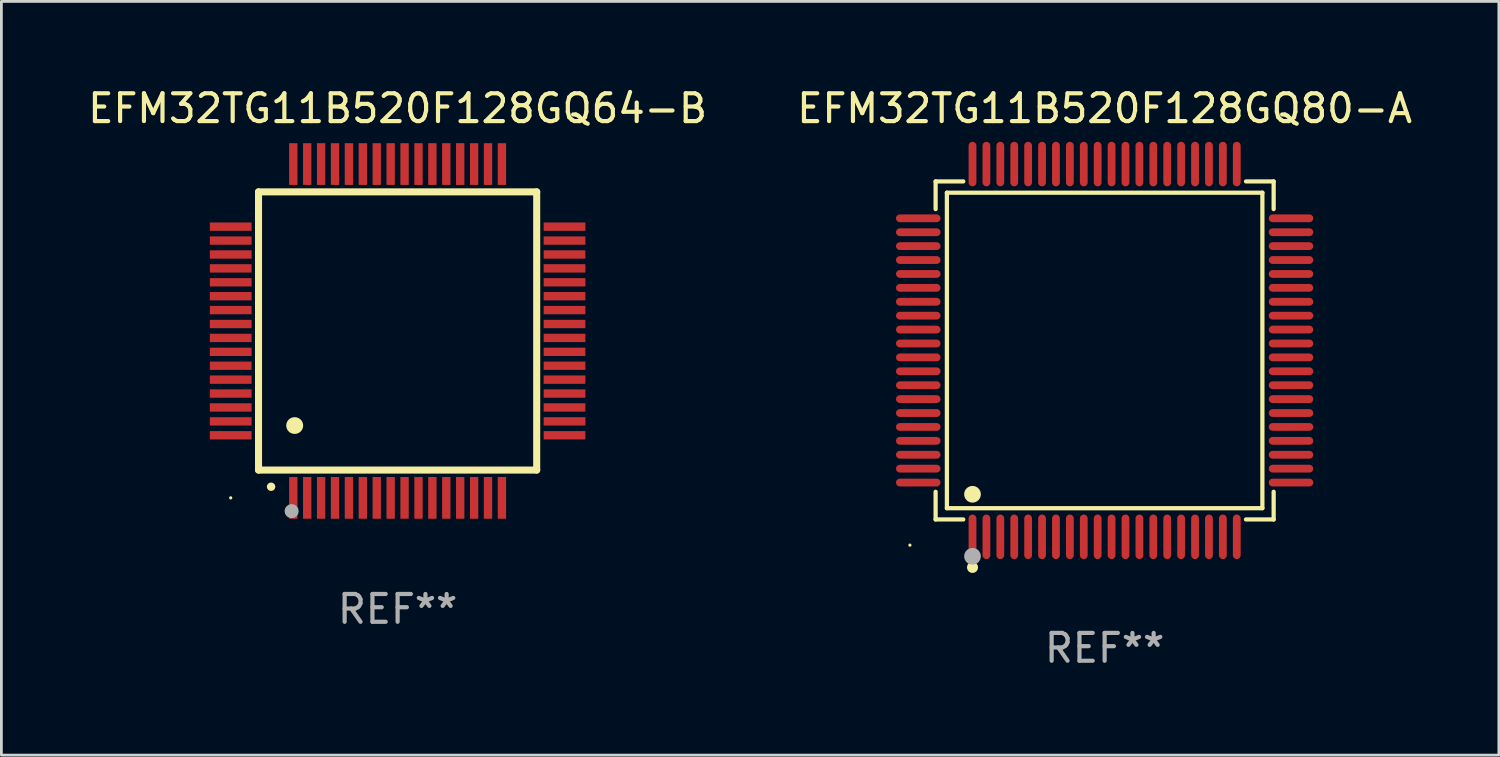
<source format=kicad_pcb>
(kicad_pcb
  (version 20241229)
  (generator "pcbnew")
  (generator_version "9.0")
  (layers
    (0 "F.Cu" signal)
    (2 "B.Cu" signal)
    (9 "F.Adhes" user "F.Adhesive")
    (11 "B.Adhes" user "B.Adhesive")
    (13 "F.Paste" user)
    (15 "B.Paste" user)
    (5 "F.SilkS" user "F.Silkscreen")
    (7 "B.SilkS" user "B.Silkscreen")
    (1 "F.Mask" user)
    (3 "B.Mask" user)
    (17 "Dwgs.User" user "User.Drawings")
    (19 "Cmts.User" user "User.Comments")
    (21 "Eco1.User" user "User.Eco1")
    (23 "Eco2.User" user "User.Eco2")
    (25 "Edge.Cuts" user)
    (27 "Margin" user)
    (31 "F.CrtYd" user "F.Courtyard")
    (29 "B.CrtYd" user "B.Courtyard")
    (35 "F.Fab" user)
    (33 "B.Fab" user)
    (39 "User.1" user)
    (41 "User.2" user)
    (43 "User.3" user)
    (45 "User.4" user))
  (footprint "EFM32TG11B520F128GQ80-A"
    (layer "F.Cu")
    (at 36.661 9.548)
    (property "Reference" "EFM32TG11B520F128GQ80-A" (at 0 -8.7 0) (layer "F.SilkS") (effects (font (size 1 1) (thickness 0.15))))
    (attr through_hole)
    (fp_line (start -6.076 -6.076) (end -5.081 -6.076) (stroke (width 0.152) (type solid)) (layer "F.SilkS"))
    (fp_line (start -6.076 -5.081) (end -6.076 -6.076) (stroke (width 0.152) (type solid)) (layer "F.SilkS"))
    (fp_line (start -6.076 5.081) (end -6.076 6.076) (stroke (width 0.152) (type solid)) (layer "F.SilkS"))
    (fp_line (start -6.076 6.076) (end -5.081 6.076) (stroke (width 0.152) (type solid)) (layer "F.SilkS"))
    (fp_line (start -5.671 -5.671) (end 5.671 -5.671) (stroke (width 0.152) (type solid)) (layer "F.SilkS"))
    (fp_line (start -5.671 5.671) (end -5.671 -5.671) (stroke (width 0.152) (type solid)) (layer "F.SilkS"))
    (fp_line (start 5.671 -5.671) (end 5.671 5.671) (stroke (width 0.152) (type solid)) (layer "F.SilkS"))
    (fp_line (start 5.671 5.671) (end -5.671 5.671) (stroke (width 0.152) (type solid)) (layer "F.SilkS"))
    (fp_line (start 6.076 -6.076) (end 5.081 -6.076) (stroke (width 0.152) (type solid)) (layer "F.SilkS"))
    (fp_line (start 6.076 -5.081) (end 6.076 -6.076) (stroke (width 0.152) (type solid)) (layer "F.SilkS"))
    (fp_line (start 6.076 5.081) (end 6.076 6.076) (stroke (width 0.152) (type solid)) (layer "F.SilkS"))
    (fp_line (start 6.076 6.076) (end 5.081 6.076) (stroke (width 0.152) (type solid)) (layer "F.SilkS"))
    (fp_circle (center -7 7) (end -6.97 7) (stroke (width 0.06) (type solid)) (fill no) (layer "F.SilkS"))
    (fp_circle (center -4.75 5.171) (end -4.6 5.171) (stroke (width 0.3) (type solid)) (fill no) (layer "F.SilkS"))
    (fp_circle (center -4.75 7.8) (end -4.65 7.8) (stroke (width 0.2) (type solid)) (fill no) (layer "F.SilkS"))
    (fp_circle (center -4.75 7.4) (end -4.6 7.4) (stroke (width 0.3) (type solid)) (fill no) (layer "F.Fab"))
    (fp_text user "REF**" (at 0 10.7 0) (layer "F.Fab") (effects (font (size 1 1) (thickness 0.15))))
    (pad "1" smd oval (at -4.75 6.7) (size 0.28 1.6) (layers "F.Cu" "F.Mask" "F.Paste"))
    (pad "2" smd oval (at -4.25 6.7) (size 0.28 1.6) (layers "F.Cu" "F.Mask" "F.Paste"))
    (pad "3" smd oval (at -3.75 6.7) (size 0.28 1.6) (layers "F.Cu" "F.Mask" "F.Paste"))
    (pad "4" smd oval (at -3.25 6.7) (size 0.28 1.6) (layers "F.Cu" "F.Mask" "F.Paste"))
    (pad "5" smd oval (at -2.75 6.7) (size 0.28 1.6) (layers "F.Cu" "F.Mask" "F.Paste"))
    (pad "6" smd oval (at -2.25 6.7) (size 0.28 1.6) (layers "F.Cu" "F.Mask" "F.Paste"))
    (pad "7" smd oval (at -1.75 6.7) (size 0.28 1.6) (layers "F.Cu" "F.Mask" "F.Paste"))
    (pad "8" smd oval (at -1.25 6.7) (size 0.28 1.6) (layers "F.Cu" "F.Mask" "F.Paste"))
    (pad "9" smd oval (at -0.75 6.7) (size 0.28 1.6) (layers "F.Cu" "F.Mask" "F.Paste"))
    (pad "10" smd oval (at -0.25 6.7) (size 0.28 1.6) (layers "F.Cu" "F.Mask" "F.Paste"))
    (pad "11" smd oval (at 0.25 6.7) (size 0.28 1.6) (layers "F.Cu" "F.Mask" "F.Paste"))
    (pad "12" smd oval (at 0.75 6.7) (size 0.28 1.6) (layers "F.Cu" "F.Mask" "F.Paste"))
    (pad "13" smd oval (at 1.25 6.7) (size 0.28 1.6) (layers "F.Cu" "F.Mask" "F.Paste"))
    (pad "14" smd oval (at 1.75 6.7) (size 0.28 1.6) (layers "F.Cu" "F.Mask" "F.Paste"))
    (pad "15" smd oval (at 2.25 6.7) (size 0.28 1.6) (layers "F.Cu" "F.Mask" "F.Paste"))
    (pad "16" smd oval (at 2.75 6.7) (size 0.28 1.6) (layers "F.Cu" "F.Mask" "F.Paste"))
    (pad "17" smd oval (at 3.25 6.7) (size 0.28 1.6) (layers "F.Cu" "F.Mask" "F.Paste"))
    (pad "18" smd oval (at 3.75 6.7) (size 0.28 1.6) (layers "F.Cu" "F.Mask" "F.Paste"))
    (pad "19" smd oval (at 4.25 6.7) (size 0.28 1.6) (layers "F.Cu" "F.Mask" "F.Paste"))
    (pad "20" smd oval (at 4.75 6.7) (size 0.28 1.6) (layers "F.Cu" "F.Mask" "F.Paste"))
    (pad "21" smd oval (at 6.7 4.75) (size 1.6 0.28) (layers "F.Cu" "F.Mask" "F.Paste"))
    (pad "22" smd oval (at 6.7 4.25) (size 1.6 0.28) (layers "F.Cu" "F.Mask" "F.Paste"))
    (pad "23" smd oval (at 6.7 3.75) (size 1.6 0.28) (layers "F.Cu" "F.Mask" "F.Paste"))
    (pad "24" smd oval (at 6.7 3.25) (size 1.6 0.28) (layers "F.Cu" "F.Mask" "F.Paste"))
    (pad "25" smd oval (at 6.7 2.75) (size 1.6 0.28) (layers "F.Cu" "F.Mask" "F.Paste"))
    (pad "26" smd oval (at 6.7 2.25) (size 1.6 0.28) (layers "F.Cu" "F.Mask" "F.Paste"))
    (pad "27" smd oval (at 6.7 1.75) (size 1.6 0.28) (layers "F.Cu" "F.Mask" "F.Paste"))
    (pad "28" smd oval (at 6.7 1.25) (size 1.6 0.28) (layers "F.Cu" "F.Mask" "F.Paste"))
    (pad "29" smd oval (at 6.7 0.75) (size 1.6 0.28) (layers "F.Cu" "F.Mask" "F.Paste"))
    (pad "30" smd oval (at 6.7 0.25) (size 1.6 0.28) (layers "F.Cu" "F.Mask" "F.Paste"))
    (pad "31" smd oval (at 6.7 -0.25) (size 1.6 0.28) (layers "F.Cu" "F.Mask" "F.Paste"))
    (pad "32" smd oval (at 6.7 -0.75) (size 1.6 0.28) (layers "F.Cu" "F.Mask" "F.Paste"))
    (pad "33" smd oval (at 6.7 -1.25) (size 1.6 0.28) (layers "F.Cu" "F.Mask" "F.Paste"))
    (pad "34" smd oval (at 6.7 -1.75) (size 1.6 0.28) (layers "F.Cu" "F.Mask" "F.Paste"))
    (pad "35" smd oval (at 6.7 -2.25) (size 1.6 0.28) (layers "F.Cu" "F.Mask" "F.Paste"))
    (pad "36" smd oval (at 6.7 -2.75) (size 1.6 0.28) (layers "F.Cu" "F.Mask" "F.Paste"))
    (pad "37" smd oval (at 6.7 -3.25) (size 1.6 0.28) (layers "F.Cu" "F.Mask" "F.Paste"))
    (pad "38" smd oval (at 6.7 -3.75) (size 1.6 0.28) (layers "F.Cu" "F.Mask" "F.Paste"))
    (pad "39" smd oval (at 6.7 -4.25) (size 1.6 0.28) (layers "F.Cu" "F.Mask" "F.Paste"))
    (pad "40" smd oval (at 6.7 -4.75) (size 1.6 0.28) (layers "F.Cu" "F.Mask" "F.Paste"))
    (pad "41" smd oval (at 4.75 -6.7) (size 0.28 1.6) (layers "F.Cu" "F.Mask" "F.Paste"))
    (pad "42" smd oval (at 4.25 -6.7) (size 0.28 1.6) (layers "F.Cu" "F.Mask" "F.Paste"))
    (pad "43" smd oval (at 3.75 -6.7) (size 0.28 1.6) (layers "F.Cu" "F.Mask" "F.Paste"))
    (pad "44" smd oval (at 3.25 -6.7) (size 0.28 1.6) (layers "F.Cu" "F.Mask" "F.Paste"))
    (pad "45" smd oval (at 2.75 -6.7) (size 0.28 1.6) (layers "F.Cu" "F.Mask" "F.Paste"))
    (pad "46" smd oval (at 2.25 -6.7) (size 0.28 1.6) (layers "F.Cu" "F.Mask" "F.Paste"))
    (pad "47" smd oval (at 1.75 -6.7) (size 0.28 1.6) (layers "F.Cu" "F.Mask" "F.Paste"))
    (pad "48" smd oval (at 1.25 -6.7) (size 0.28 1.6) (layers "F.Cu" "F.Mask" "F.Paste"))
    (pad "49" smd oval (at 0.75 -6.7) (size 0.28 1.6) (layers "F.Cu" "F.Mask" "F.Paste"))
    (pad "50" smd oval (at 0.25 -6.7) (size 0.28 1.6) (layers "F.Cu" "F.Mask" "F.Paste"))
    (pad "51" smd oval (at -0.25 -6.7) (size 0.28 1.6) (layers "F.Cu" "F.Mask" "F.Paste"))
    (pad "52" smd oval (at -0.75 -6.7) (size 0.28 1.6) (layers "F.Cu" "F.Mask" "F.Paste"))
    (pad "53" smd oval (at -1.25 -6.7) (size 0.28 1.6) (layers "F.Cu" "F.Mask" "F.Paste"))
    (pad "54" smd oval (at -1.75 -6.7) (size 0.28 1.6) (layers "F.Cu" "F.Mask" "F.Paste"))
    (pad "55" smd oval (at -2.25 -6.7) (size 0.28 1.6) (layers "F.Cu" "F.Mask" "F.Paste"))
    (pad "56" smd oval (at -2.75 -6.7) (size 0.28 1.6) (layers "F.Cu" "F.Mask" "F.Paste"))
    (pad "57" smd oval (at -3.25 -6.7) (size 0.28 1.6) (layers "F.Cu" "F.Mask" "F.Paste"))
    (pad "58" smd oval (at -3.75 -6.7) (size 0.28 1.6) (layers "F.Cu" "F.Mask" "F.Paste"))
    (pad "59" smd oval (at -4.25 -6.7) (size 0.28 1.6) (layers "F.Cu" "F.Mask" "F.Paste"))
    (pad "60" smd oval (at -4.75 -6.7) (size 0.28 1.6) (layers "F.Cu" "F.Mask" "F.Paste"))
    (pad "61" smd oval (at -6.7 -4.75) (size 1.6 0.28) (layers "F.Cu" "F.Mask" "F.Paste"))
    (pad "62" smd oval (at -6.7 -4.25) (size 1.6 0.28) (layers "F.Cu" "F.Mask" "F.Paste"))
    (pad "63" smd oval (at -6.7 -3.75) (size 1.6 0.28) (layers "F.Cu" "F.Mask" "F.Paste"))
    (pad "64" smd oval (at -6.7 -3.25) (size 1.6 0.28) (layers "F.Cu" "F.Mask" "F.Paste"))
    (pad "65" smd oval (at -6.7 -2.75) (size 1.6 0.28) (layers "F.Cu" "F.Mask" "F.Paste"))
    (pad "66" smd oval (at -6.7 -2.25) (size 1.6 0.28) (layers "F.Cu" "F.Mask" "F.Paste"))
    (pad "67" smd oval (at -6.7 -1.75) (size 1.6 0.28) (layers "F.Cu" "F.Mask" "F.Paste"))
    (pad "68" smd oval (at -6.7 -1.25) (size 1.6 0.28) (layers "F.Cu" "F.Mask" "F.Paste"))
    (pad "69" smd oval (at -6.7 -0.75) (size 1.6 0.28) (layers "F.Cu" "F.Mask" "F.Paste"))
    (pad "70" smd oval (at -6.7 -0.25) (size 1.6 0.28) (layers "F.Cu" "F.Mask" "F.Paste"))
    (pad "71" smd oval (at -6.7 0.25) (size 1.6 0.28) (layers "F.Cu" "F.Mask" "F.Paste"))
    (pad "72" smd oval (at -6.7 0.75) (size 1.6 0.28) (layers "F.Cu" "F.Mask" "F.Paste"))
    (pad "73" smd oval (at -6.7 1.25) (size 1.6 0.28) (layers "F.Cu" "F.Mask" "F.Paste"))
    (pad "74" smd oval (at -6.7 1.75) (size 1.6 0.28) (layers "F.Cu" "F.Mask" "F.Paste"))
    (pad "75" smd oval (at -6.7 2.25) (size 1.6 0.28) (layers "F.Cu" "F.Mask" "F.Paste"))
    (pad "76" smd oval (at -6.7 2.75) (size 1.6 0.28) (layers "F.Cu" "F.Mask" "F.Paste"))
    (pad "77" smd oval (at -6.7 3.25) (size 1.6 0.28) (layers "F.Cu" "F.Mask" "F.Paste"))
    (pad "78" smd oval (at -6.7 3.75) (size 1.6 0.28) (layers "F.Cu" "F.Mask" "F.Paste"))
    (pad "79" smd oval (at -6.7 4.25) (size 1.6 0.28) (layers "F.Cu" "F.Mask" "F.Paste"))
    (pad "80" smd oval (at -6.7 4.75) (size 1.6 0.28) (layers "F.Cu" "F.Mask" "F.Paste")))
  (footprint "EFM32TG11B520F128GQ64-B"
    (layer "F.Cu")
    (at 11.244 8.848)
    (property "Reference" "EFM32TG11B520F128GQ64-B" (at 0 -8 0) (layer "F.SilkS") (effects (font (size 1 1) (thickness 0.15))))
    (attr through_hole)
    (fp_line (start -5 -5) (end -5 5) (stroke (width 0.254) (type solid)) (layer "F.SilkS"))
    (fp_line (start -5 -5) (end 5 -5) (stroke (width 0.254) (type solid)) (layer "F.SilkS"))
    (fp_line (start -5 5) (end 5 5) (stroke (width 0.254) (type solid)) (layer "F.SilkS"))
    (fp_line (start 5 -5) (end 5 5) (stroke (width 0.254) (type solid)) (layer "F.SilkS"))
    (fp_arc (start -4.549987 5.6) (mid -4.548717 5.599995) (end -4.547447 5.6) (stroke (width 0.3) (type solid)) (layer "F.SilkS"))
    (fp_arc (start -3.703835 3.400076) (mid -3.700025 3.400052) (end -3.696215 3.400076) (stroke (width 0.6) (type solid)) (layer "F.SilkS"))
    (fp_circle (center -6 6) (end -5.97 6) (stroke (width 0.06) (type solid)) (fill no) (layer "F.SilkS"))
    (fp_circle (center -3.81 6.477) (end -3.683 6.477) (stroke (width 0.254) (type solid)) (fill no) (layer "F.Fab"))
    (fp_text user "REF**" (at 0 10 0) (layer "F.Fab") (effects (font (size 1 1) (thickness 0.15))))
    (pad "1" smd rect (at -3.75 6 180) (size 0.3 1.5) (layers "F.Cu" "F.Mask" "F.Paste"))
    (pad "2" smd rect (at -3.25 6 180) (size 0.3 1.5) (layers "F.Cu" "F.Mask" "F.Paste"))
    (pad "3" smd rect (at -2.75 6 180) (size 0.3 1.5) (layers "F.Cu" "F.Mask" "F.Paste"))
    (pad "4" smd rect (at -2.25 6 180) (size 0.3 1.5) (layers "F.Cu" "F.Mask" "F.Paste"))
    (pad "5" smd rect (at -1.75 6 180) (size 0.3 1.5) (layers "F.Cu" "F.Mask" "F.Paste"))
    (pad "6" smd rect (at -1.25 6 180) (size 0.3 1.5) (layers "F.Cu" "F.Mask" "F.Paste"))
    (pad "7" smd rect (at -0.75 6 180) (size 0.3 1.5) (layers "F.Cu" "F.Mask" "F.Paste"))
    (pad "8" smd rect (at -0.25 6 180) (size 0.3 1.5) (layers "F.Cu" "F.Mask" "F.Paste"))
    (pad "9" smd rect (at 0.25 6 180) (size 0.3 1.5) (layers "F.Cu" "F.Mask" "F.Paste"))
    (pad "10" smd rect (at 0.75 6 180) (size 0.3 1.5) (layers "F.Cu" "F.Mask" "F.Paste"))
    (pad "11" smd rect (at 1.25 6 180) (size 0.3 1.5) (layers "F.Cu" "F.Mask" "F.Paste"))
    (pad "12" smd rect (at 1.75 6 180) (size 0.3 1.5) (layers "F.Cu" "F.Mask" "F.Paste"))
    (pad "13" smd rect (at 2.25 6 180) (size 0.3 1.5) (layers "F.Cu" "F.Mask" "F.Paste"))
    (pad "14" smd rect (at 2.75 6 180) (size 0.3 1.5) (layers "F.Cu" "F.Mask" "F.Paste"))
    (pad "15" smd rect (at 3.25 6 180) (size 0.3 1.5) (layers "F.Cu" "F.Mask" "F.Paste"))
    (pad "16" smd rect (at 3.75 6 180) (size 0.3 1.5) (layers "F.Cu" "F.Mask" "F.Paste"))
    (pad "17" smd rect (at 6 3.75 90) (size 0.3 1.5) (layers "F.Cu" "F.Mask" "F.Paste"))
    (pad "18" smd rect (at 6 3.25 90) (size 0.3 1.5) (layers "F.Cu" "F.Mask" "F.Paste"))
    (pad "19" smd rect (at 6 2.75 90) (size 0.3 1.5) (layers "F.Cu" "F.Mask" "F.Paste"))
    (pad "20" smd rect (at 6 2.25 90) (size 0.3 1.5) (layers "F.Cu" "F.Mask" "F.Paste"))
    (pad "21" smd rect (at 6 1.75 90) (size 0.3 1.5) (layers "F.Cu" "F.Mask" "F.Paste"))
    (pad "22" smd rect (at 6 1.25 90) (size 0.3 1.5) (layers "F.Cu" "F.Mask" "F.Paste"))
    (pad "23" smd rect (at 6 0.75 90) (size 0.3 1.5) (layers "F.Cu" "F.Mask" "F.Paste"))
    (pad "24" smd rect (at 6 0.25 90) (size 0.3 1.5) (layers "F.Cu" "F.Mask" "F.Paste"))
    (pad "25" smd rect (at 6 -0.25 90) (size 0.3 1.5) (layers "F.Cu" "F.Mask" "F.Paste"))
    (pad "26" smd rect (at 6 -0.75 90) (size 0.3 1.5) (layers "F.Cu" "F.Mask" "F.Paste"))
    (pad "27" smd rect (at 6 -1.25 90) (size 0.3 1.5) (layers "F.Cu" "F.Mask" "F.Paste"))
    (pad "28" smd rect (at 6 -1.75 90) (size 0.3 1.5) (layers "F.Cu" "F.Mask" "F.Paste"))
    (pad "29" smd rect (at 6 -2.25 90) (size 0.3 1.5) (layers "F.Cu" "F.Mask" "F.Paste"))
    (pad "30" smd rect (at 6 -2.75 90) (size 0.3 1.5) (layers "F.Cu" "F.Mask" "F.Paste"))
    (pad "31" smd rect (at 6 -3.25 90) (size 0.3 1.5) (layers "F.Cu" "F.Mask" "F.Paste"))
    (pad "32" smd rect (at 6 -3.75 90) (size 0.3 1.5) (layers "F.Cu" "F.Mask" "F.Paste"))
    (pad "33" smd rect (at 3.75 -6 180) (size 0.3 1.5) (layers "F.Cu" "F.Mask" "F.Paste"))
    (pad "34" smd rect (at 3.25 -6 180) (size 0.3 1.5) (layers "F.Cu" "F.Mask" "F.Paste"))
    (pad "35" smd rect (at 2.75 -6 180) (size 0.3 1.5) (layers "F.Cu" "F.Mask" "F.Paste"))
    (pad "36" smd rect (at 2.25 -6 180) (size 0.3 1.5) (layers "F.Cu" "F.Mask" "F.Paste"))
    (pad "37" smd rect (at 1.75 -6 180) (size 0.3 1.5) (layers "F.Cu" "F.Mask" "F.Paste"))
    (pad "38" smd rect (at 1.25 -6 180) (size 0.3 1.5) (layers "F.Cu" "F.Mask" "F.Paste"))
    (pad "39" smd rect (at 0.75 -6 180) (size 0.3 1.5) (layers "F.Cu" "F.Mask" "F.Paste"))
    (pad "40" smd rect (at 0.25 -6 180) (size 0.3 1.5) (layers "F.Cu" "F.Mask" "F.Paste"))
    (pad "41" smd rect (at -0.25 -6 180) (size 0.3 1.5) (layers "F.Cu" "F.Mask" "F.Paste"))
    (pad "42" smd rect (at -0.75 -6 180) (size 0.3 1.5) (layers "F.Cu" "F.Mask" "F.Paste"))
    (pad "43" smd rect (at -1.25 -6 180) (size 0.3 1.5) (layers "F.Cu" "F.Mask" "F.Paste"))
    (pad "44" smd rect (at -1.75 -6 180) (size 0.3 1.5) (layers "F.Cu" "F.Mask" "F.Paste"))
    (pad "45" smd rect (at -2.25 -6 180) (size 0.3 1.5) (layers "F.Cu" "F.Mask" "F.Paste"))
    (pad "46" smd rect (at -2.75 -6 180) (size 0.3 1.5) (layers "F.Cu" "F.Mask" "F.Paste"))
    (pad "47" smd rect (at -3.25 -6 180) (size 0.3 1.5) (layers "F.Cu" "F.Mask" "F.Paste"))
    (pad "48" smd rect (at -3.75 -6 180) (size 0.3 1.5) (layers "F.Cu" "F.Mask" "F.Paste"))
    (pad "49" smd rect (at -6 -3.75 90) (size 0.3 1.5) (layers "F.Cu" "F.Mask" "F.Paste"))
    (pad "50" smd rect (at -6 -3.25 90) (size 0.3 1.5) (layers "F.Cu" "F.Mask" "F.Paste"))
    (pad "51" smd rect (at -6 -2.75 90) (size 0.3 1.5) (layers "F.Cu" "F.Mask" "F.Paste"))
    (pad "52" smd rect (at -6 -2.25 90) (size 0.3 1.5) (layers "F.Cu" "F.Mask" "F.Paste"))
    (pad "53" smd rect (at -6 -1.75 90) (size 0.3 1.5) (layers "F.Cu" "F.Mask" "F.Paste"))
    (pad "54" smd rect (at -6 -1.25 90) (size 0.3 1.5) (layers "F.Cu" "F.Mask" "F.Paste"))
    (pad "55" smd rect (at -6 -0.75 90) (size 0.3 1.5) (layers "F.Cu" "F.Mask" "F.Paste"))
    (pad "56" smd rect (at -6 -0.25 90) (size 0.3 1.5) (layers "F.Cu" "F.Mask" "F.Paste"))
    (pad "57" smd rect (at -6 0.25 90) (size 0.3 1.5) (layers "F.Cu" "F.Mask" "F.Paste"))
    (pad "58" smd rect (at -6 0.75 90) (size 0.3 1.5) (layers "F.Cu" "F.Mask" "F.Paste"))
    (pad "59" smd rect (at -6 1.25 90) (size 0.3 1.5) (layers "F.Cu" "F.Mask" "F.Paste"))
    (pad "60" smd rect (at -6 1.75 90) (size 0.3 1.5) (layers "F.Cu" "F.Mask" "F.Paste"))
    (pad "61" smd rect (at -6 2.25 90) (size 0.3 1.5) (layers "F.Cu" "F.Mask" "F.Paste"))
    (pad "62" smd rect (at -6 2.75 90) (size 0.3 1.5) (layers "F.Cu" "F.Mask" "F.Paste"))
    (pad "63" smd rect (at -6 3.25 90) (size 0.3 1.5) (layers "F.Cu" "F.Mask" "F.Paste"))
    (pad "64" smd rect (at -6 3.75 90) (size 0.3 1.5) (layers "F.Cu" "F.Mask" "F.Paste")))
  (gr_rect
    (start -3 -3)
    (end 50.833 24.097)
    (stroke (width 0.1) (type default))
    (fill no)
    (layer "Edge.Cuts")))
</source>
